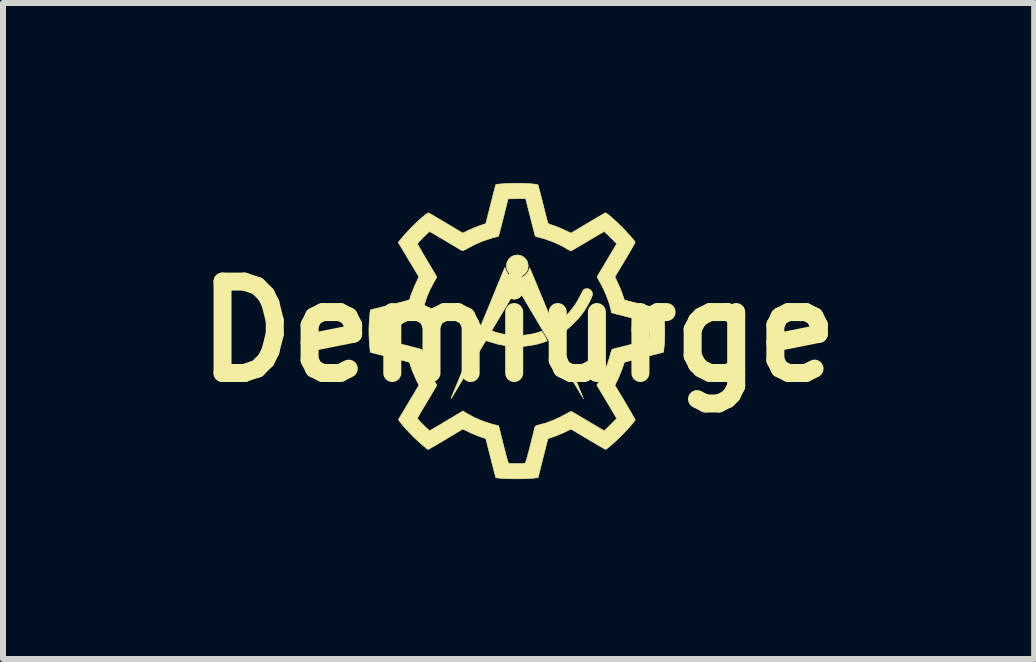
<source format=kicad_pcb>
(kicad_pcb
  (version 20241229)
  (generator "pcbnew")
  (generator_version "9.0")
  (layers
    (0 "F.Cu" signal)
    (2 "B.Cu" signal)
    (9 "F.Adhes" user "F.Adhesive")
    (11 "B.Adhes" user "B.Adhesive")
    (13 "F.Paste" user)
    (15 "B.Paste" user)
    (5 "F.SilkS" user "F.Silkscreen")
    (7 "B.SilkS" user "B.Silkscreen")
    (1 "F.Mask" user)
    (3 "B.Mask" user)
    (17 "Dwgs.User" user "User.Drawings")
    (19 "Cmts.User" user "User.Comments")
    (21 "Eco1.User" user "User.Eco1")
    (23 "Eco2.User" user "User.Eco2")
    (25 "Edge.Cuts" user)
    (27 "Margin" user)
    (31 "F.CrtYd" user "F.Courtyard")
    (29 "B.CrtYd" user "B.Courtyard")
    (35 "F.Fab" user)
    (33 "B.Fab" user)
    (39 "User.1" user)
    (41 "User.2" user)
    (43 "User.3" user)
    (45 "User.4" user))
  (footprint "Demiurge"
    (layer "F.Cu")
    (at 5.595 2.479)
    (property "Reference" "Demiurge" (at 0 0 0) (layer "F.SilkS") (effects (font (size 1.524 1.524) (thickness 0.3))))
    (attr through_hole)
    (fp_poly (pts (xy 1.084 1.113) (xy 1.079 1.118) (xy 1.075 1.113) (xy 1.079 1.109) (xy 1.084 1.113)) (stroke (width 0.01) (type solid)) (fill yes) (layer "F.SilkS"))
    (fp_poly (pts (xy 0.033 -1.271) (xy 0.078 -1.249) (xy 0.117 -1.215) (xy 0.144 -1.176) (xy 0.157 -1.135) (xy 0.161 -1.088) (xy 0.154 -1.042) (xy 0.144 -1.017) (xy 0.124 -0.986) (xy 0.095 -0.957) (xy 0.065 -0.933) (xy 0.045 -0.922) (xy 0.017 -0.916) (xy -0.02 -0.915) (xy -0.057 -0.918) (xy -0.088 -0.925) (xy -0.097 -0.928) (xy -0.143 -0.96) (xy -0.175 -0.999) (xy -0.195 -1.043) (xy -0.202 -1.089) (xy -0.198 -1.135) (xy -0.183 -1.178) (xy -0.157 -1.216) (xy -0.122 -1.248) (xy -0.077 -1.269) (xy -0.024 -1.278) (xy -0.015 -1.278) (xy 0.033 -1.271)) (stroke (width 0.01) (type solid)) (fill yes) (layer "F.SilkS"))
    (fp_poly (pts (xy 1.164 -0.715) (xy 1.195 -0.7) (xy 1.219 -0.675) (xy 1.232 -0.644) (xy 1.232 -0.614) (xy 1.224 -0.587) (xy 1.208 -0.548) (xy 1.186 -0.503) (xy 1.16 -0.453) (xy 1.131 -0.403) (xy 1.102 -0.355) (xy 1.094 -0.344) (xy 1.049 -0.282) (xy 0.994 -0.216) (xy 0.932 -0.151) (xy 0.867 -0.088) (xy 0.802 -0.031) (xy 0.74 0.016) (xy 0.696 0.044) (xy 0.672 0.058) (xy 0.637 -0.027) (xy 0.623 -0.062) (xy 0.612 -0.09) (xy 0.605 -0.108) (xy 0.603 -0.114) (xy 0.616 -0.122) (xy 0.638 -0.139) (xy 0.667 -0.16) (xy 0.698 -0.185) (xy 0.729 -0.21) (xy 0.756 -0.233) (xy 0.764 -0.24) (xy 0.833 -0.307) (xy 0.899 -0.388) (xy 0.962 -0.477) (xy 1.016 -0.572) (xy 1.043 -0.627) (xy 1.062 -0.664) (xy 1.077 -0.689) (xy 1.092 -0.704) (xy 1.111 -0.713) (xy 1.128 -0.717) (xy 1.164 -0.715)) (stroke (width 0.01) (type solid)) (fill yes) (layer "F.SilkS"))
    (fp_poly (pts (xy 0.189 -1.055) (xy 0.199 -1.033) (xy 0.214 -0.997) (xy 0.234 -0.95) (xy 0.259 -0.89) (xy 0.288 -0.821) (xy 0.32 -0.743) (xy 0.356 -0.656) (xy 0.395 -0.562) (xy 0.436 -0.463) (xy 0.479 -0.359) (xy 0.524 -0.251) (xy 0.569 -0.14) (xy 0.615 -0.028) (xy 0.661 0.085) (xy 0.707 0.197) (xy 0.752 0.307) (xy 0.796 0.414) (xy 0.839 0.518) (xy 0.879 0.616) (xy 0.916 0.708) (xy 0.951 0.794) (xy 0.982 0.871) (xy 1.009 0.938) (xy 1.032 0.995) (xy 1.05 1.041) (xy 1.063 1.074) (xy 1.071 1.093) (xy 1.072 1.098) (xy 1.067 1.091) (xy 1.055 1.071) (xy 1.034 1.038) (xy 1.007 0.992) (xy 0.973 0.935) (xy 0.932 0.868) (xy 0.886 0.791) (xy 0.835 0.706) (xy 0.779 0.612) (xy 0.719 0.511) (xy 0.656 0.404) (xy 0.589 0.292) (xy 0.519 0.175) (xy 0.472 0.096) (xy 0.401 -0.024) (xy 0.332 -0.14) (xy 0.267 -0.251) (xy 0.204 -0.356) (xy 0.146 -0.455) (xy 0.092 -0.546) (xy 0.043 -0.629) (xy -0.001 -0.703) (xy -0.039 -0.767) (xy -0.07 -0.821) (xy -0.095 -0.863) (xy -0.112 -0.893) (xy -0.121 -0.909) (xy -0.123 -0.912) (xy -0.115 -0.911) (xy -0.096 -0.905) (xy -0.081 -0.901) (xy -0.027 -0.891) (xy 0.028 -0.897) (xy 0.08 -0.918) (xy 0.082 -0.919) (xy 0.114 -0.943) (xy 0.143 -0.975) (xy 0.165 -1.008) (xy 0.175 -1.035) (xy 0.18 -1.053) (xy 0.185 -1.062) (xy 0.189 -1.055)) (stroke (width 0.01) (type solid)) (fill yes) (layer "F.SilkS"))
    (fp_poly (pts (xy -0.216 -1.039) (xy -0.209 -1.022) (xy -0.194 -0.994) (xy -0.173 -0.956) (xy -0.148 -0.913) (xy -0.121 -0.866) (xy -0.12 -0.864) (xy -0.093 -0.819) (xy -0.07 -0.78) (xy -0.052 -0.748) (xy -0.039 -0.726) (xy -0.034 -0.716) (xy -0.034 -0.716) (xy -0.038 -0.708) (xy -0.05 -0.687) (xy -0.069 -0.654) (xy -0.094 -0.611) (xy -0.125 -0.56) (xy -0.16 -0.5) (xy -0.198 -0.435) (xy -0.24 -0.366) (xy -0.241 -0.364) (xy -0.448 -0.016) (xy -0.419 -0.004) (xy -0.38 0.01) (xy -0.329 0.024) (xy -0.271 0.038) (xy -0.21 0.049) (xy -0.153 0.058) (xy -0.138 0.06) (xy -0.038 0.065) (xy 0.068 0.062) (xy 0.174 0.049) (xy 0.274 0.029) (xy 0.34 0.009) (xy 0.388 -0.007) (xy 0.435 0.071) (xy 0.453 0.103) (xy 0.467 0.13) (xy 0.475 0.148) (xy 0.476 0.154) (xy 0.463 0.161) (xy 0.438 0.171) (xy 0.403 0.182) (xy 0.362 0.194) (xy 0.32 0.206) (xy 0.279 0.216) (xy 0.259 0.22) (xy 0.111 0.243) (xy -0.039 0.249) (xy -0.188 0.238) (xy -0.335 0.212) (xy -0.463 0.174) (xy -0.504 0.161) (xy -0.532 0.154) (xy -0.547 0.154) (xy -0.549 0.156) (xy -0.555 0.165) (xy -0.568 0.187) (xy -0.589 0.221) (xy -0.615 0.266) (xy -0.648 0.32) (xy -0.685 0.383) (xy -0.727 0.453) (xy -0.771 0.528) (xy -0.819 0.608) (xy -0.83 0.627) (xy -0.889 0.726) (xy -0.94 0.813) (xy -0.984 0.886) (xy -1.02 0.947) (xy -1.051 0.997) (xy -1.075 1.038) (xy -1.093 1.068) (xy -1.107 1.09) (xy -1.117 1.105) (xy -1.122 1.113) (xy -1.125 1.115) (xy -1.124 1.111) (xy -1.124 1.109) (xy -1.119 1.098) (xy -1.109 1.073) (xy -1.094 1.036) (xy -1.075 0.989) (xy -1.051 0.932) (xy -1.025 0.868) (xy -0.996 0.798) (xy -0.966 0.724) (xy -0.934 0.647) (xy -0.902 0.569) (xy -0.87 0.491) (xy -0.839 0.415) (xy -0.809 0.344) (xy -0.782 0.277) (xy -0.757 0.217) (xy -0.736 0.166) (xy -0.719 0.125) (xy -0.706 0.095) (xy -0.7 0.079) (xy -0.698 0.076) (xy -0.703 0.069) (xy -0.719 0.055) (xy -0.743 0.038) (xy -0.75 0.034) (xy -0.79 0.004) (xy -0.816 -0.025) (xy -0.827 -0.055) (xy -0.826 -0.081) (xy -0.812 -0.113) (xy -0.788 -0.139) (xy -0.757 -0.156) (xy -0.753 -0.157) (xy -0.73 -0.157) (xy -0.7 -0.148) (xy -0.663 -0.128) (xy -0.644 -0.117) (xy -0.63 -0.11) (xy -0.624 -0.11) (xy -0.62 -0.119) (xy -0.611 -0.141) (xy -0.596 -0.177) (xy -0.577 -0.224) (xy -0.553 -0.281) (xy -0.526 -0.346) (xy -0.496 -0.419) (xy -0.464 -0.497) (xy -0.44 -0.555) (xy -0.406 -0.637) (xy -0.374 -0.717) (xy -0.344 -0.79) (xy -0.316 -0.857) (xy -0.292 -0.916) (xy -0.272 -0.965) (xy -0.257 -1.002) (xy -0.247 -1.025) (xy -0.244 -1.033) (xy -0.227 -1.071) (xy -0.216 -1.039)) (stroke (width 0.01) (type solid)) (fill yes) (layer "F.SilkS"))
    (fp_poly (pts (xy 0.03 -2.473) (xy 0.09 -2.471) (xy 0.148 -2.469) (xy 0.203 -2.465) (xy 0.25 -2.461) (xy 0.287 -2.457) (xy 0.313 -2.452) (xy 0.323 -2.448) (xy 0.327 -2.439) (xy 0.334 -2.415) (xy 0.343 -2.379) (xy 0.356 -2.332) (xy 0.37 -2.275) (xy 0.387 -2.212) (xy 0.402 -2.151) (xy 0.419 -2.082) (xy 0.436 -2.017) (xy 0.45 -1.958) (xy 0.463 -1.908) (xy 0.473 -1.868) (xy 0.48 -1.841) (xy 0.483 -1.829) (xy 0.487 -1.815) (xy 0.494 -1.806) (xy 0.506 -1.797) (xy 0.526 -1.788) (xy 0.558 -1.777) (xy 0.578 -1.771) (xy 0.621 -1.756) (xy 0.672 -1.735) (xy 0.725 -1.713) (xy 0.77 -1.692) (xy 0.875 -1.642) (xy 1.158 -1.812) (xy 1.221 -1.849) (xy 1.279 -1.884) (xy 1.332 -1.915) (xy 1.377 -1.941) (xy 1.412 -1.961) (xy 1.437 -1.975) (xy 1.449 -1.981) (xy 1.45 -1.981) (xy 1.462 -1.975) (xy 1.485 -1.959) (xy 1.517 -1.934) (xy 1.555 -1.901) (xy 1.599 -1.862) (xy 1.646 -1.819) (xy 1.688 -1.778) (xy 1.726 -1.741) (xy 1.765 -1.7) (xy 1.805 -1.657) (xy 1.844 -1.615) (xy 1.879 -1.576) (xy 1.908 -1.542) (xy 1.93 -1.514) (xy 1.943 -1.496) (xy 1.945 -1.493) (xy 1.941 -1.483) (xy 1.93 -1.461) (xy 1.912 -1.428) (xy 1.888 -1.385) (xy 1.858 -1.334) (xy 1.825 -1.277) (xy 1.788 -1.215) (xy 1.778 -1.198) (xy 1.607 -0.913) (xy 1.654 -0.813) (xy 1.676 -0.764) (xy 1.7 -0.708) (xy 1.721 -0.655) (xy 1.733 -0.62) (xy 1.765 -0.526) (xy 2.078 -0.448) (xy 2.149 -0.43) (xy 2.215 -0.414) (xy 2.274 -0.399) (xy 2.324 -0.386) (xy 2.364 -0.375) (xy 2.392 -0.368) (xy 2.405 -0.363) (xy 2.405 -0.363) (xy 2.413 -0.351) (xy 2.419 -0.325) (xy 2.425 -0.285) (xy 2.43 -0.236) (xy 2.433 -0.178) (xy 2.436 -0.114) (xy 2.437 -0.046) (xy 2.438 0.023) (xy 2.436 0.092) (xy 2.434 0.158) (xy 2.43 0.219) (xy 2.427 0.25) (xy 2.417 0.343) (xy 2.091 0.426) (xy 1.765 0.51) (xy 1.733 0.603) (xy 1.716 0.65) (xy 1.694 0.705) (xy 1.671 0.759) (xy 1.654 0.796) (xy 1.607 0.895) (xy 1.778 1.18) (xy 1.815 1.243) (xy 1.85 1.302) (xy 1.881 1.355) (xy 1.906 1.399) (xy 1.926 1.435) (xy 1.94 1.46) (xy 1.946 1.472) (xy 1.946 1.473) (xy 1.937 1.487) (xy 1.919 1.511) (xy 1.892 1.542) (xy 1.86 1.579) (xy 1.824 1.62) (xy 1.785 1.661) (xy 1.747 1.702) (xy 1.71 1.739) (xy 1.696 1.753) (xy 1.654 1.794) (xy 1.61 1.834) (xy 1.569 1.871) (xy 1.53 1.905) (xy 1.497 1.932) (xy 1.472 1.952) (xy 1.455 1.963) (xy 1.451 1.964) (xy 1.443 1.96) (xy 1.421 1.948) (xy 1.388 1.929) (xy 1.346 1.905) (xy 1.295 1.875) (xy 1.238 1.841) (xy 1.176 1.805) (xy 1.159 1.794) (xy 0.874 1.625) (xy 0.803 1.66) (xy 0.765 1.678) (xy 0.719 1.699) (xy 0.669 1.719) (xy 0.621 1.739) (xy 0.576 1.755) (xy 0.54 1.767) (xy 0.519 1.773) (xy 0.496 1.783) (xy 0.486 1.8) (xy 0.485 1.802) (xy 0.482 1.815) (xy 0.475 1.843) (xy 0.465 1.883) (xy 0.452 1.933) (xy 0.437 1.992) (xy 0.421 2.058) (xy 0.403 2.128) (xy 0.403 2.129) (xy 0.326 2.434) (xy 0.241 2.444) (xy 0.2 2.448) (xy 0.145 2.45) (xy 0.08 2.452) (xy 0.01 2.453) (xy -0.063 2.453) (xy -0.134 2.452) (xy -0.2 2.451) (xy -0.256 2.448) (xy -0.296 2.445) (xy -0.331 2.441) (xy -0.359 2.438) (xy -0.376 2.435) (xy -0.379 2.435) (xy -0.382 2.426) (xy -0.388 2.403) (xy -0.397 2.367) (xy -0.41 2.32) (xy -0.424 2.263) (xy -0.441 2.199) (xy -0.458 2.129) (xy -0.464 2.108) (xy -0.546 1.783) (xy -0.572 1.775) (xy -0.633 1.755) (xy -0.701 1.728) (xy -0.771 1.7) (xy -0.833 1.671) (xy -0.843 1.666) (xy -0.929 1.624) (xy -1.213 1.794) (xy -1.276 1.832) (xy -1.335 1.866) (xy -1.387 1.897) (xy -1.432 1.923) (xy -1.468 1.944) (xy -1.492 1.958) (xy -1.504 1.964) (xy -1.505 1.964) (xy -1.516 1.959) (xy -1.537 1.944) (xy -1.566 1.92) (xy -1.601 1.891) (xy -1.639 1.858) (xy -1.679 1.822) (xy -1.718 1.786) (xy -1.754 1.752) (xy -1.77 1.736) (xy -1.81 1.695) (xy -1.854 1.647) (xy -1.897 1.6) (xy -1.932 1.559) (xy -1.933 1.558) (xy -1.962 1.522) (xy -1.982 1.496) (xy -1.994 1.479) (xy -1.998 1.467) (xy -1.998 1.458) (xy -1.995 1.452) (xy -1.988 1.441) (xy -1.974 1.417) (xy -1.953 1.382) (xy -1.926 1.338) (xy -1.895 1.286) (xy -1.861 1.229) (xy -1.824 1.167) (xy -1.822 1.163) (xy -1.66 0.892) (xy -1.693 0.829) (xy -1.71 0.794) (xy -1.729 0.751) (xy -1.749 0.704) (xy -1.769 0.655) (xy -1.786 0.61) (xy -1.799 0.573) (xy -1.807 0.546) (xy -1.807 0.544) (xy -1.815 0.523) (xy -1.827 0.509) (xy -1.827 0.509) (xy -1.839 0.506) (xy -1.864 0.498) (xy -1.903 0.488) (xy -1.952 0.475) (xy -2.01 0.461) (xy -2.075 0.444) (xy -2.145 0.426) (xy -2.156 0.424) (xy -2.47 0.346) (xy -2.475 0.308) (xy -2.484 0.227) (xy -2.49 0.136) (xy -2.494 0.04) (xy -2.494 -0.053) (xy -2.491 -0.138) (xy -2.49 -0.148) (xy -2.489 -0.157) (xy -2.231 -0.157) (xy -2.231 0.138) (xy -1.935 0.213) (xy -1.866 0.23) (xy -1.802 0.247) (xy -1.744 0.262) (xy -1.695 0.274) (xy -1.657 0.285) (xy -1.632 0.292) (xy -1.621 0.295) (xy -1.608 0.307) (xy -1.598 0.331) (xy -1.592 0.353) (xy -1.561 0.468) (xy -1.518 0.588) (xy -1.464 0.707) (xy -1.413 0.802) (xy -1.394 0.836) (xy -1.378 0.865) (xy -1.367 0.885) (xy -1.363 0.894) (xy -1.367 0.902) (xy -1.379 0.923) (xy -1.398 0.955) (xy -1.423 0.997) (xy -1.452 1.047) (xy -1.485 1.103) (xy -1.521 1.162) (xy -1.557 1.223) (xy -1.591 1.279) (xy -1.621 1.33) (xy -1.646 1.373) (xy -1.665 1.407) (xy -1.678 1.43) (xy -1.683 1.44) (xy -1.681 1.45) (xy -1.67 1.467) (xy -1.65 1.491) (xy -1.618 1.524) (xy -1.589 1.553) (xy -1.555 1.586) (xy -1.526 1.614) (xy -1.502 1.636) (xy -1.487 1.648) (xy -1.483 1.651) (xy -1.474 1.647) (xy -1.452 1.635) (xy -1.42 1.616) (xy -1.377 1.591) (xy -1.327 1.562) (xy -1.27 1.528) (xy -1.209 1.491) (xy -1.202 1.487) (xy -0.928 1.323) (xy -0.875 1.356) (xy -0.736 1.432) (xy -0.59 1.494) (xy -0.441 1.542) (xy -0.426 1.546) (xy -0.331 1.57) (xy -0.254 1.881) (xy -0.232 1.965) (xy -0.215 2.035) (xy -0.2 2.09) (xy -0.188 2.132) (xy -0.179 2.162) (xy -0.171 2.182) (xy -0.165 2.193) (xy -0.162 2.196) (xy -0.149 2.197) (xy -0.122 2.198) (xy -0.086 2.199) (xy -0.042 2.2) (xy -0.025 2.2) (xy 0.031 2.2) (xy 0.071 2.199) (xy 0.097 2.196) (xy 0.11 2.191) (xy 0.111 2.191) (xy 0.117 2.18) (xy 0.126 2.154) (xy 0.138 2.114) (xy 0.153 2.061) (xy 0.17 1.998) (xy 0.189 1.925) (xy 0.195 1.901) (xy 0.212 1.833) (xy 0.228 1.77) (xy 0.242 1.714) (xy 0.254 1.666) (xy 0.264 1.628) (xy 0.27 1.604) (xy 0.272 1.595) (xy 0.277 1.582) (xy 0.285 1.573) (xy 0.3 1.566) (xy 0.327 1.558) (xy 0.345 1.554) (xy 0.46 1.522) (xy 0.578 1.478) (xy 0.695 1.425) (xy 0.8 1.368) (xy 0.831 1.351) (xy 0.858 1.338) (xy 0.876 1.332) (xy 0.881 1.332) (xy 0.892 1.337) (xy 0.915 1.35) (xy 0.949 1.369) (xy 0.992 1.395) (xy 1.043 1.425) (xy 1.1 1.459) (xy 1.158 1.493) (xy 1.219 1.529) (xy 1.275 1.563) (xy 1.324 1.592) (xy 1.366 1.617) (xy 1.399 1.635) (xy 1.42 1.647) (xy 1.428 1.651) (xy 1.436 1.645) (xy 1.454 1.629) (xy 1.48 1.606) (xy 1.51 1.575) (xy 1.536 1.55) (xy 1.637 1.449) (xy 1.581 1.353) (xy 1.56 1.318) (xy 1.532 1.271) (xy 1.5 1.217) (xy 1.466 1.16) (xy 1.431 1.102) (xy 1.415 1.075) (xy 1.305 0.893) (xy 1.323 0.864) (xy 1.388 0.749) (xy 1.441 0.641) (xy 1.484 0.534) (xy 1.519 0.424) (xy 1.526 0.396) (xy 1.537 0.354) (xy 1.546 0.326) (xy 1.553 0.308) (xy 1.56 0.298) (xy 1.569 0.292) (xy 1.578 0.289) (xy 1.592 0.286) (xy 1.621 0.278) (xy 1.662 0.268) (xy 1.713 0.255) (xy 1.772 0.241) (xy 1.837 0.224) (xy 1.889 0.211) (xy 2.174 0.14) (xy 2.179 0.103) (xy 2.182 0.068) (xy 2.184 0.023) (xy 2.184 -0.027) (xy 2.183 -0.074) (xy 2.18 -0.112) (xy 2.179 -0.12) (xy 2.174 -0.157) (xy 1.923 -0.22) (xy 1.857 -0.236) (xy 1.793 -0.252) (xy 1.735 -0.267) (xy 1.684 -0.28) (xy 1.643 -0.29) (xy 1.616 -0.297) (xy 1.611 -0.299) (xy 1.55 -0.315) (xy 1.54 -0.363) (xy 1.521 -0.44) (xy 1.493 -0.526) (xy 1.458 -0.616) (xy 1.418 -0.706) (xy 1.375 -0.792) (xy 1.344 -0.847) (xy 1.325 -0.878) (xy 1.315 -0.899) (xy 1.312 -0.913) (xy 1.314 -0.923) (xy 1.316 -0.927) (xy 1.323 -0.938) (xy 1.337 -0.962) (xy 1.358 -0.997) (xy 1.384 -1.041) (xy 1.415 -1.092) (xy 1.449 -1.15) (xy 1.482 -1.205) (xy 1.637 -1.466) (xy 1.536 -1.567) (xy 1.502 -1.6) (xy 1.473 -1.629) (xy 1.449 -1.651) (xy 1.433 -1.665) (xy 1.428 -1.668) (xy 1.42 -1.664) (xy 1.398 -1.652) (xy 1.365 -1.633) (xy 1.323 -1.609) (xy 1.273 -1.579) (xy 1.216 -1.546) (xy 1.155 -1.509) (xy 1.151 -1.507) (xy 1.09 -1.471) (xy 1.033 -1.437) (xy 0.982 -1.407) (xy 0.939 -1.382) (xy 0.905 -1.363) (xy 0.883 -1.351) (xy 0.873 -1.346) (xy 0.873 -1.346) (xy 0.862 -1.35) (xy 0.841 -1.361) (xy 0.813 -1.377) (xy 0.807 -1.381) (xy 0.726 -1.427) (xy 0.634 -1.471) (xy 0.536 -1.511) (xy 0.439 -1.545) (xy 0.348 -1.571) (xy 0.328 -1.575) (xy 0.3 -1.582) (xy 0.285 -1.589) (xy 0.277 -1.6) (xy 0.271 -1.616) (xy 0.267 -1.632) (xy 0.26 -1.662) (xy 0.249 -1.703) (xy 0.236 -1.755) (xy 0.221 -1.813) (xy 0.205 -1.876) (xy 0.199 -1.901) (xy 0.183 -1.965) (xy 0.167 -2.026) (xy 0.153 -2.08) (xy 0.142 -2.126) (xy 0.133 -2.161) (xy 0.127 -2.183) (xy 0.126 -2.187) (xy 0.118 -2.219) (xy -0.174 -2.214) (xy -0.251 -1.908) (xy -0.268 -1.839) (xy -0.285 -1.774) (xy -0.3 -1.717) (xy -0.312 -1.668) (xy -0.323 -1.63) (xy -0.33 -1.604) (xy -0.334 -1.593) (xy -0.334 -1.593) (xy -0.347 -1.584) (xy -0.351 -1.583) (xy -0.363 -1.581) (xy -0.388 -1.575) (xy -0.422 -1.566) (xy -0.462 -1.555) (xy -0.463 -1.554) (xy -0.597 -1.509) (xy -0.729 -1.452) (xy -0.837 -1.395) (xy -0.876 -1.373) (xy -0.904 -1.36) (xy -0.922 -1.352) (xy -0.935 -1.351) (xy -0.944 -1.353) (xy -0.955 -1.359) (xy -0.98 -1.373) (xy -1.015 -1.394) (xy -1.059 -1.42) (xy -1.11 -1.45) (xy -1.168 -1.484) (xy -1.219 -1.515) (xy -1.279 -1.55) (xy -1.334 -1.583) (xy -1.383 -1.612) (xy -1.424 -1.636) (xy -1.456 -1.654) (xy -1.476 -1.665) (xy -1.484 -1.668) (xy -1.493 -1.662) (xy -1.511 -1.646) (xy -1.536 -1.623) (xy -1.565 -1.595) (xy -1.595 -1.565) (xy -1.624 -1.534) (xy -1.651 -1.507) (xy -1.671 -1.484) (xy -1.683 -1.469) (xy -1.685 -1.465) (xy -1.681 -1.455) (xy -1.669 -1.433) (xy -1.65 -1.4) (xy -1.625 -1.357) (xy -1.596 -1.306) (xy -1.562 -1.249) (xy -1.526 -1.188) (xy -1.524 -1.185) (xy -1.488 -1.123) (xy -1.454 -1.067) (xy -1.424 -1.016) (xy -1.399 -0.974) (xy -1.38 -0.941) (xy -1.368 -0.919) (xy -1.363 -0.91) (xy -1.363 -0.91) (xy -1.367 -0.901) (xy -1.378 -0.881) (xy -1.394 -0.852) (xy -1.41 -0.825) (xy -1.477 -0.7) (xy -1.532 -0.568) (xy -1.575 -0.436) (xy -1.587 -0.389) (xy -1.595 -0.358) (xy -1.603 -0.334) (xy -1.608 -0.32) (xy -1.609 -0.319) (xy -1.618 -0.315) (xy -1.642 -0.308) (xy -1.679 -0.298) (xy -1.726 -0.285) (xy -1.783 -0.27) (xy -1.847 -0.254) (xy -1.916 -0.236) (xy -1.923 -0.234) (xy -2.231 -0.157) (xy -2.489 -0.157) (xy -2.486 -0.198) (xy -2.483 -0.245) (xy -2.479 -0.285) (xy -2.477 -0.314) (xy -2.475 -0.325) (xy -2.47 -0.362) (xy -2.162 -0.44) (xy -2.077 -0.461) (xy -2.007 -0.479) (xy -1.951 -0.493) (xy -1.906 -0.505) (xy -1.873 -0.514) (xy -1.848 -0.521) (xy -1.831 -0.527) (xy -1.821 -0.532) (xy -1.815 -0.537) (xy -1.812 -0.541) (xy -1.812 -0.545) (xy -1.812 -0.546) (xy -1.809 -0.562) (xy -1.799 -0.591) (xy -1.786 -0.629) (xy -1.769 -0.673) (xy -1.749 -0.721) (xy -1.729 -0.769) (xy -1.708 -0.814) (xy -1.706 -0.819) (xy -1.661 -0.913) (xy -1.818 -1.174) (xy -1.855 -1.235) (xy -1.889 -1.293) (xy -1.92 -1.345) (xy -1.947 -1.39) (xy -1.969 -1.426) (xy -1.983 -1.45) (xy -1.99 -1.461) (xy -2.006 -1.487) (xy -1.937 -1.571) (xy -1.9 -1.615) (xy -1.857 -1.662) (xy -1.811 -1.711) (xy -1.762 -1.76) (xy -1.713 -1.808) (xy -1.666 -1.852) (xy -1.621 -1.893) (xy -1.58 -1.927) (xy -1.546 -1.954) (xy -1.52 -1.972) (xy -1.502 -1.979) (xy -1.499 -1.979) (xy -1.489 -1.974) (xy -1.466 -1.961) (xy -1.432 -1.942) (xy -1.389 -1.916) (xy -1.337 -1.886) (xy -1.28 -1.852) (xy -1.218 -1.815) (xy -1.208 -1.809) (xy -0.93 -1.643) (xy -0.84 -1.687) (xy -0.793 -1.708) (xy -0.737 -1.732) (xy -0.682 -1.753) (xy -0.648 -1.766) (xy -0.546 -1.801) (xy -0.464 -2.125) (xy -0.446 -2.196) (xy -0.43 -2.262) (xy -0.414 -2.321) (xy -0.401 -2.371) (xy -0.391 -2.41) (xy -0.384 -2.437) (xy -0.38 -2.45) (xy -0.38 -2.451) (xy -0.368 -2.454) (xy -0.342 -2.458) (xy -0.305 -2.462) (xy -0.259 -2.465) (xy -0.207 -2.468) (xy -0.152 -2.471) (xy -0.097 -2.473) (xy -0.044 -2.474) (xy -0.03 -2.474) (xy 0.03 -2.473)) (stroke (width 0.01) (type solid)) (fill yes) (layer "F.SilkS")))
  (gr_rect
    (start -3 -3)
    (end 14.191 7.937)
    (stroke (width 0.1) (type default))
    (fill no)
    (layer "Edge.Cuts")))
</source>
